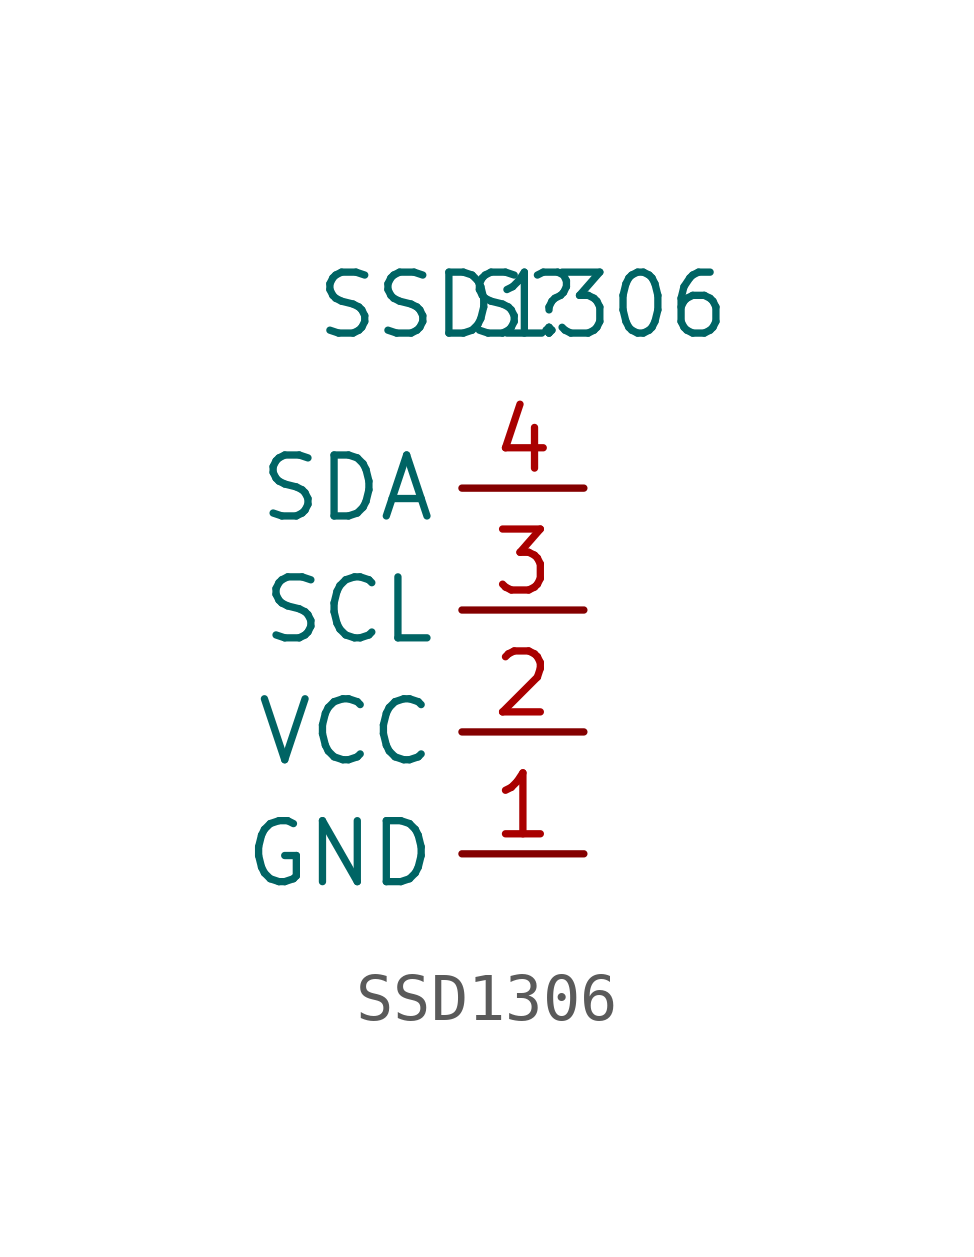
<source format=kicad_sym>
(kicad_symbol_lib
  (version 20211014)
  (generator kicad_symbol_editor)
  (symbol "SSD1306"
    (property "Reference" "S"
      (at 0 0 0)
      (effects (font (size 1.27 1.27))))
    (property "Value" "SSD1306"
      (at 0 0 0)
      (effects (font (size 1.27 1.27))))
    (symbol "SSD1306_1_1"
      (pin input line (at 1.27 -11.43 180) (length 2.54) (name "GND" (effects (font (size 1.27 1.27)))) (number "1" (effects (font (size 1.27 1.27)))))
      (pin input line (at 1.27 -8.89 180) (length 2.54) (name "VCC" (effects (font (size 1.27 1.27)))) (number "2" (effects (font (size 1.27 1.27)))))
      (pin input line (at 1.27 -6.35 180) (length 2.54) (name "SCL" (effects (font (size 1.27 1.27)))) (number "3" (effects (font (size 1.27 1.27)))))
      (pin input line (at 1.27 -3.81 180) (length 2.54) (name "SDA" (effects (font (size 1.27 1.27)))) (number "4" (effects (font (size 1.27 1.27))))))))
</source>
